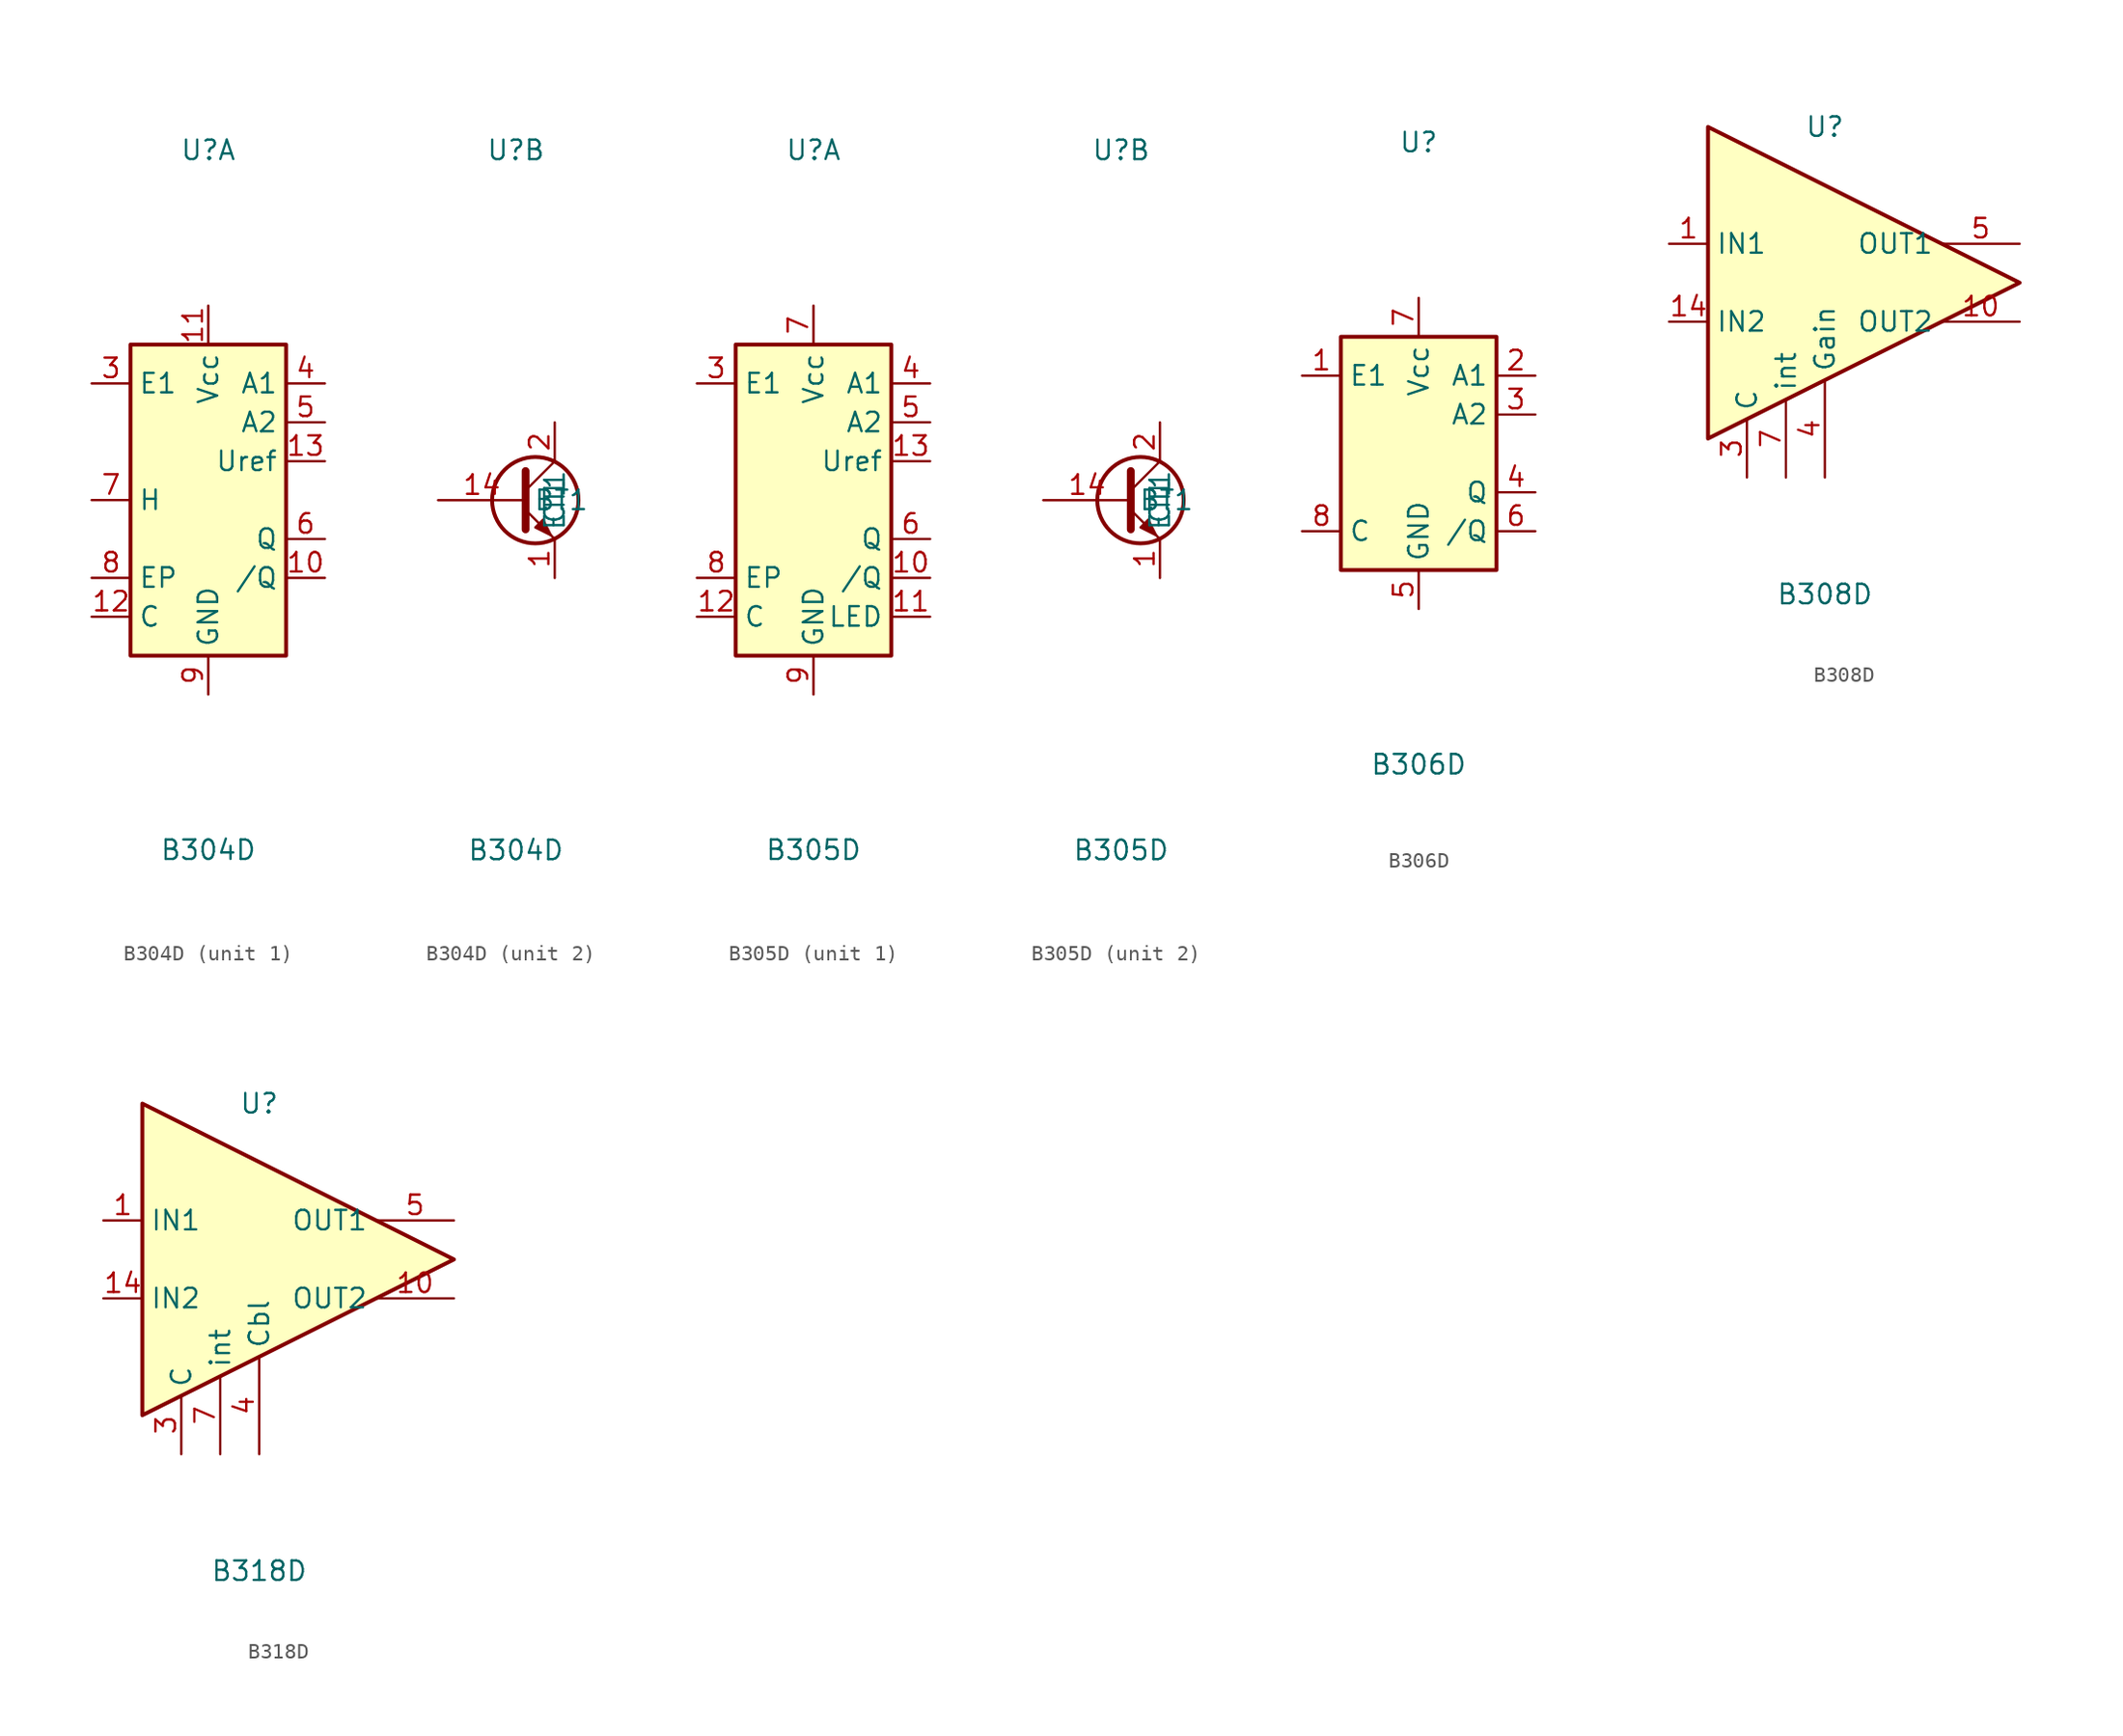
<source format=kicad_sym>
(kicad_symbol_lib
  (version 20241209)
  (generator "kicad_symbol_editor")
  (generator_version "9.0")
  (symbol "B304D"
    (property "Reference" "U"
      (at 0 22.86 0)
      (effects (font (size 1.27 1.27))))
    (property "Value" "B304D"
      (at 0 -22.86 0)
      (effects (font (size 1.27 1.27))))
    (property "ki_locked" ""
      (at 0 0 0)
      (effects (font (size 1.27 1.27))))
    (symbol "B304D_1_0"
      (pin input line (at -7.62 7.62 0) (length 2.54) (name "E1" (effects (font (size 1.27 1.27)))) (number "3" (effects (font (size 1.27 1.27)))))
      (pin input line (at -7.62 0 0) (length 2.54) (name "H" (effects (font (size 1.27 1.27)))) (number "7" (effects (font (size 1.27 1.27)))))
      (pin passive line (at -7.62 -7.62 0) (length 2.54) (name "C" (effects (font (size 1.27 1.27)))) (number "12" (effects (font (size 1.27 1.27)))))
      (pin power_in line (at 0 12.7 270) (length 2.54) (name "Vcc" (effects (font (size 1.27 1.27)))) (number "11" (effects (font (size 1.27 1.27)))))
      (pin power_in line (at 0 -12.7 90) (length 2.54) (name "GND" (effects (font (size 1.27 1.27)))) (number "9" (effects (font (size 1.27 1.27)))))
      (pin output line (at 7.62 7.62 180) (length 2.54) (name "A1" (effects (font (size 1.27 1.27)))) (number "4" (effects (font (size 1.27 1.27)))))
      (pin output line (at 7.62 5.08 180) (length 2.54) (name "A2" (effects (font (size 1.27 1.27)))) (number "5" (effects (font (size 1.27 1.27)))))
      (pin output line (at 7.62 -2.54 180) (length 2.54) (name "Q" (effects (font (size 1.27 1.27)))) (number "6" (effects (font (size 1.27 1.27)))))
      (pin output line (at 7.62 -5.08 180) (length 2.54) (name "/Q" (effects (font (size 1.27 1.27)))) (number "10" (effects (font (size 1.27 1.27))))))
    (symbol "B304D_1_1"
      (rectangle (start -5.08 10.16) (end 5.08 -10.16) (stroke (width 0.254) (type default)) (fill (type background)))
      (pin input line (at -7.62 -5.08 0) (length 2.54) (name "EP" (effects (font (size 1.27 1.27)))) (number "8" (effects (font (size 1.27 1.27)))))
      (pin output line (at 7.62 2.54 180) (length 2.54) (name "Uref" (effects (font (size 1.27 1.27)))) (number "13" (effects (font (size 1.27 1.27))))))
    (symbol "B304D_2_1"
      (polyline (pts (xy 0.635 1.905) (xy 0.635 -1.905) (xy 0.635 -1.905)) (stroke (width 0.508) (type default)) (fill (type none)))
      (polyline (pts (xy 0.635 0.635) (xy 2.54 2.54)) (stroke (width 0) (type default)) (fill (type none)))
      (polyline (pts (xy 0.635 -0.635) (xy 2.54 -2.54) (xy 2.54 -2.54)) (stroke (width 0) (type default)) (fill (type none)))
      (circle (center 1.27 0) (radius 2.819) (stroke (width 0.254) (type default)) (fill (type none)))
      (polyline (pts (xy 1.27 -1.778) (xy 1.778 -1.27) (xy 2.286 -2.286) (xy 1.27 -1.778) (xy 1.27 -1.778)) (stroke (width 0) (type default)) (fill (type outline)))
      (pin input line (at -5.08 0 0) (length 5.715) (name "BT1" (effects (font (size 1.27 1.27)))) (number "14" (effects (font (size 1.27 1.27)))))
      (pin passive line (at 2.54 5.08 270) (length 2.54) (name "CT1" (effects (font (size 1.27 1.27)))) (number "2" (effects (font (size 1.27 1.27)))))
      (pin passive line (at 2.54 -5.08 90) (length 2.54) (name "ET1" (effects (font (size 1.27 1.27)))) (number "1" (effects (font (size 1.27 1.27)))))))
  (symbol "B305D"
    (property "Reference" "U"
      (at 0 22.86 0)
      (effects (font (size 1.27 1.27))))
    (property "Value" "B305D"
      (at 0 -22.86 0)
      (effects (font (size 1.27 1.27))))
    (property "ki_locked" ""
      (at 0 0 0)
      (effects (font (size 1.27 1.27))))
    (symbol "B305D_1_0"
      (pin input line (at -7.62 7.62 0) (length 2.54) (name "E1" (effects (font (size 1.27 1.27)))) (number "3" (effects (font (size 1.27 1.27)))))
      (pin passive line (at -7.62 -7.62 0) (length 2.54) (name "C" (effects (font (size 1.27 1.27)))) (number "12" (effects (font (size 1.27 1.27)))))
      (pin power_in line (at 0 12.7 270) (length 2.54) (name "Vcc" (effects (font (size 1.27 1.27)))) (number "7" (effects (font (size 1.27 1.27)))))
      (pin power_in line (at 0 -12.7 90) (length 2.54) (name "GND" (effects (font (size 1.27 1.27)))) (number "9" (effects (font (size 1.27 1.27)))))
      (pin output line (at 7.62 7.62 180) (length 2.54) (name "A1" (effects (font (size 1.27 1.27)))) (number "4" (effects (font (size 1.27 1.27)))))
      (pin output line (at 7.62 5.08 180) (length 2.54) (name "A2" (effects (font (size 1.27 1.27)))) (number "5" (effects (font (size 1.27 1.27)))))
      (pin output line (at 7.62 -2.54 180) (length 2.54) (name "Q" (effects (font (size 1.27 1.27)))) (number "6" (effects (font (size 1.27 1.27)))))
      (pin output line (at 7.62 -5.08 180) (length 2.54) (name "/Q" (effects (font (size 1.27 1.27)))) (number "10" (effects (font (size 1.27 1.27)))))
      (pin output line (at 7.62 -7.62 180) (length 2.54) (name "LED" (effects (font (size 1.27 1.27)))) (number "11" (effects (font (size 1.27 1.27))))))
    (symbol "B305D_1_1"
      (rectangle (start -5.08 10.16) (end 5.08 -10.16) (stroke (width 0.254) (type default)) (fill (type background)))
      (pin input line (at -7.62 -5.08 0) (length 2.54) (name "EP" (effects (font (size 1.27 1.27)))) (number "8" (effects (font (size 1.27 1.27)))))
      (pin output line (at 7.62 2.54 180) (length 2.54) (name "Uref" (effects (font (size 1.27 1.27)))) (number "13" (effects (font (size 1.27 1.27))))))
    (symbol "B305D_2_1"
      (polyline (pts (xy 0.635 1.905) (xy 0.635 -1.905) (xy 0.635 -1.905)) (stroke (width 0.508) (type default)) (fill (type none)))
      (polyline (pts (xy 0.635 0.635) (xy 2.54 2.54)) (stroke (width 0) (type default)) (fill (type none)))
      (polyline (pts (xy 0.635 -0.635) (xy 2.54 -2.54) (xy 2.54 -2.54)) (stroke (width 0) (type default)) (fill (type none)))
      (circle (center 1.27 0) (radius 2.819) (stroke (width 0.254) (type default)) (fill (type none)))
      (polyline (pts (xy 1.27 -1.778) (xy 1.778 -1.27) (xy 2.286 -2.286) (xy 1.27 -1.778) (xy 1.27 -1.778)) (stroke (width 0) (type default)) (fill (type outline)))
      (pin input line (at -5.08 0 0) (length 5.715) (name "BT1" (effects (font (size 1.27 1.27)))) (number "14" (effects (font (size 1.27 1.27)))))
      (pin passive line (at 2.54 5.08 270) (length 2.54) (name "CT1" (effects (font (size 1.27 1.27)))) (number "2" (effects (font (size 1.27 1.27)))))
      (pin passive line (at 2.54 -5.08 90) (length 2.54) (name "ET1" (effects (font (size 1.27 1.27)))) (number "1" (effects (font (size 1.27 1.27)))))))
  (symbol "B306D"
    (property "Reference" "U"
      (at 0 20.32 0)
      (effects (font (size 1.27 1.27))))
    (property "Value" "B306D"
      (at 0 -20.32 0)
      (effects (font (size 1.27 1.27))))
    (symbol "B306D_0_0"
      (pin input line (at -7.62 5.08 0) (length 2.54) (name "E1" (effects (font (size 1.27 1.27)))) (number "1" (effects (font (size 1.27 1.27)))))
      (pin passive line (at -7.62 -5.08 0) (length 2.54) (name "C" (effects (font (size 1.27 1.27)))) (number "8" (effects (font (size 1.27 1.27)))))
      (pin power_in line (at 0 10.16 270) (length 2.54) (name "Vcc" (effects (font (size 1.27 1.27)))) (number "7" (effects (font (size 1.27 1.27)))))
      (pin power_in line (at 0 -10.16 90) (length 2.54) (name "GND" (effects (font (size 1.27 1.27)))) (number "5" (effects (font (size 1.27 1.27)))))
      (pin output line (at 7.62 5.08 180) (length 2.54) (name "A1" (effects (font (size 1.27 1.27)))) (number "2" (effects (font (size 1.27 1.27)))))
      (pin output line (at 7.62 2.54 180) (length 2.54) (name "A2" (effects (font (size 1.27 1.27)))) (number "3" (effects (font (size 1.27 1.27)))))
      (pin output line (at 7.62 -2.54 180) (length 2.54) (name "Q" (effects (font (size 1.27 1.27)))) (number "4" (effects (font (size 1.27 1.27)))))
      (pin output line (at 7.62 -5.08 180) (length 2.54) (name "/Q" (effects (font (size 1.27 1.27)))) (number "6" (effects (font (size 1.27 1.27))))))
    (symbol "B306D_0_1"
      (rectangle (start -5.08 7.62) (end 5.08 -7.62) (stroke (width 0.254) (type default)) (fill (type background)))))
  (symbol "B308D"
    (property "Reference" "U"
      (at 0 10.16 0)
      (effects (font (size 1.27 1.27))))
    (property "Value" "B308D"
      (at 0 -20.32 0)
      (effects (font (size 1.27 1.27))))
    (symbol "B308D_0_1"
      (polyline (pts (xy -7.62 10.16) (xy -7.62 -10.16) (xy 12.7 0) (xy -7.62 10.16)) (stroke (width 0.254) (type default)) (fill (type background))))
    (symbol "B308D_1_1"
      (pin input line (at -10.16 2.54 0) (length 2.54) (name "IN1" (effects (font (size 1.27 1.27)))) (number "1" (effects (font (size 1.27 1.27)))))
      (pin input line (at -10.16 -2.54 0) (length 2.54) (name "IN2" (effects (font (size 1.27 1.27)))) (number "14" (effects (font (size 1.27 1.27)))))
      (pin no_connect line (at -5.08 10.16 180) (length 2.54) (hide yes) (name "~" (effects (font (size 1.27 1.27)))) (number "2" (effects (font (size 1.27 1.27)))))
      (pin no_connect line (at -5.08 7.62 180) (length 2.54) (hide yes) (name "~" (effects (font (size 1.27 1.27)))) (number "6" (effects (font (size 1.27 1.27)))))
      (pin no_connect line (at -5.08 5.08 180) (length 2.54) (hide yes) (name "~" (effects (font (size 1.27 1.27)))) (number "8" (effects (font (size 1.27 1.27)))))
      (pin no_connect line (at -5.08 0 180) (length 2.54) (hide yes) (name "~" (effects (font (size 1.27 1.27)))) (number "9" (effects (font (size 1.27 1.27)))))
      (pin no_connect line (at -5.08 -5.08 180) (length 2.54) (hide yes) (name "~" (effects (font (size 1.27 1.27)))) (number "11" (effects (font (size 1.27 1.27)))))
      (pin no_connect line (at -5.08 -7.62 180) (length 2.54) (hide yes) (name "~" (effects (font (size 1.27 1.27)))) (number "12" (effects (font (size 1.27 1.27)))))
      (pin no_connect line (at -5.08 -10.16 180) (length 2.54) (hide yes) (name "~" (effects (font (size 1.27 1.27)))) (number "13" (effects (font (size 1.27 1.27)))))
      (pin passive line (at -5.08 -12.7 90) (length 3.81) (name "C" (effects (font (size 1.27 1.27)))) (number "3" (effects (font (size 1.27 1.27)))))
      (pin passive line (at -2.54 -12.7 90) (length 5.08) (name "int" (effects (font (size 1.27 1.27)))) (number "7" (effects (font (size 1.27 1.27)))))
      (pin passive line (at 0 -12.7 90) (length 6.35) (name "Gain" (effects (font (size 1.27 1.27)))) (number "4" (effects (font (size 1.27 1.27)))))
      (pin output line (at 12.7 2.54 180) (length 5.08) (name "OUT1" (effects (font (size 1.27 1.27)))) (number "5" (effects (font (size 1.27 1.27)))))
      (pin output line (at 12.7 -2.54 180) (length 5.08) (name "OUT2" (effects (font (size 1.27 1.27)))) (number "10" (effects (font (size 1.27 1.27)))))))
  (symbol "B318D"
    (property "Reference" "U"
      (at 0 10.16 0)
      (effects (font (size 1.27 1.27))))
    (property "Value" "B318D"
      (at 0 -20.32 0)
      (effects (font (size 1.27 1.27))))
    (symbol "B318D_0_1"
      (polyline (pts (xy -7.62 10.16) (xy -7.62 -10.16) (xy 12.7 0) (xy -7.62 10.16)) (stroke (width 0.254) (type default)) (fill (type background))))
    (symbol "B318D_1_1"
      (pin input line (at -10.16 2.54 0) (length 2.54) (name "IN1" (effects (font (size 1.27 1.27)))) (number "1" (effects (font (size 1.27 1.27)))))
      (pin input line (at -10.16 -2.54 0) (length 2.54) (name "IN2" (effects (font (size 1.27 1.27)))) (number "14" (effects (font (size 1.27 1.27)))))
      (pin no_connect line (at -5.08 10.16 180) (length 2.54) (hide yes) (name "~" (effects (font (size 1.27 1.27)))) (number "2" (effects (font (size 1.27 1.27)))))
      (pin no_connect line (at -5.08 7.62 180) (length 2.54) (hide yes) (name "~" (effects (font (size 1.27 1.27)))) (number "6" (effects (font (size 1.27 1.27)))))
      (pin no_connect line (at -5.08 5.08 180) (length 2.54) (hide yes) (name "~" (effects (font (size 1.27 1.27)))) (number "8" (effects (font (size 1.27 1.27)))))
      (pin no_connect line (at -5.08 0 180) (length 2.54) (hide yes) (name "~" (effects (font (size 1.27 1.27)))) (number "9" (effects (font (size 1.27 1.27)))))
      (pin no_connect line (at -5.08 -5.08 180) (length 2.54) (hide yes) (name "~" (effects (font (size 1.27 1.27)))) (number "11" (effects (font (size 1.27 1.27)))))
      (pin no_connect line (at -5.08 -7.62 180) (length 2.54) (hide yes) (name "~" (effects (font (size 1.27 1.27)))) (number "12" (effects (font (size 1.27 1.27)))))
      (pin no_connect line (at -5.08 -10.16 180) (length 2.54) (hide yes) (name "~" (effects (font (size 1.27 1.27)))) (number "13" (effects (font (size 1.27 1.27)))))
      (pin passive line (at -5.08 -12.7 90) (length 3.81) (name "C" (effects (font (size 1.27 1.27)))) (number "3" (effects (font (size 1.27 1.27)))))
      (pin passive line (at -2.54 -12.7 90) (length 5.08) (name "int" (effects (font (size 1.27 1.27)))) (number "7" (effects (font (size 1.27 1.27)))))
      (pin passive line (at 0 -12.7 90) (length 6.35) (name "Cbl" (effects (font (size 1.27 1.27)))) (number "4" (effects (font (size 1.27 1.27)))))
      (pin output line (at 12.7 2.54 180) (length 5.08) (name "OUT1" (effects (font (size 1.27 1.27)))) (number "5" (effects (font (size 1.27 1.27)))))
      (pin output line (at 12.7 -2.54 180) (length 5.08) (name "OUT2" (effects (font (size 1.27 1.27)))) (number "10" (effects (font (size 1.27 1.27))))))))
</source>
